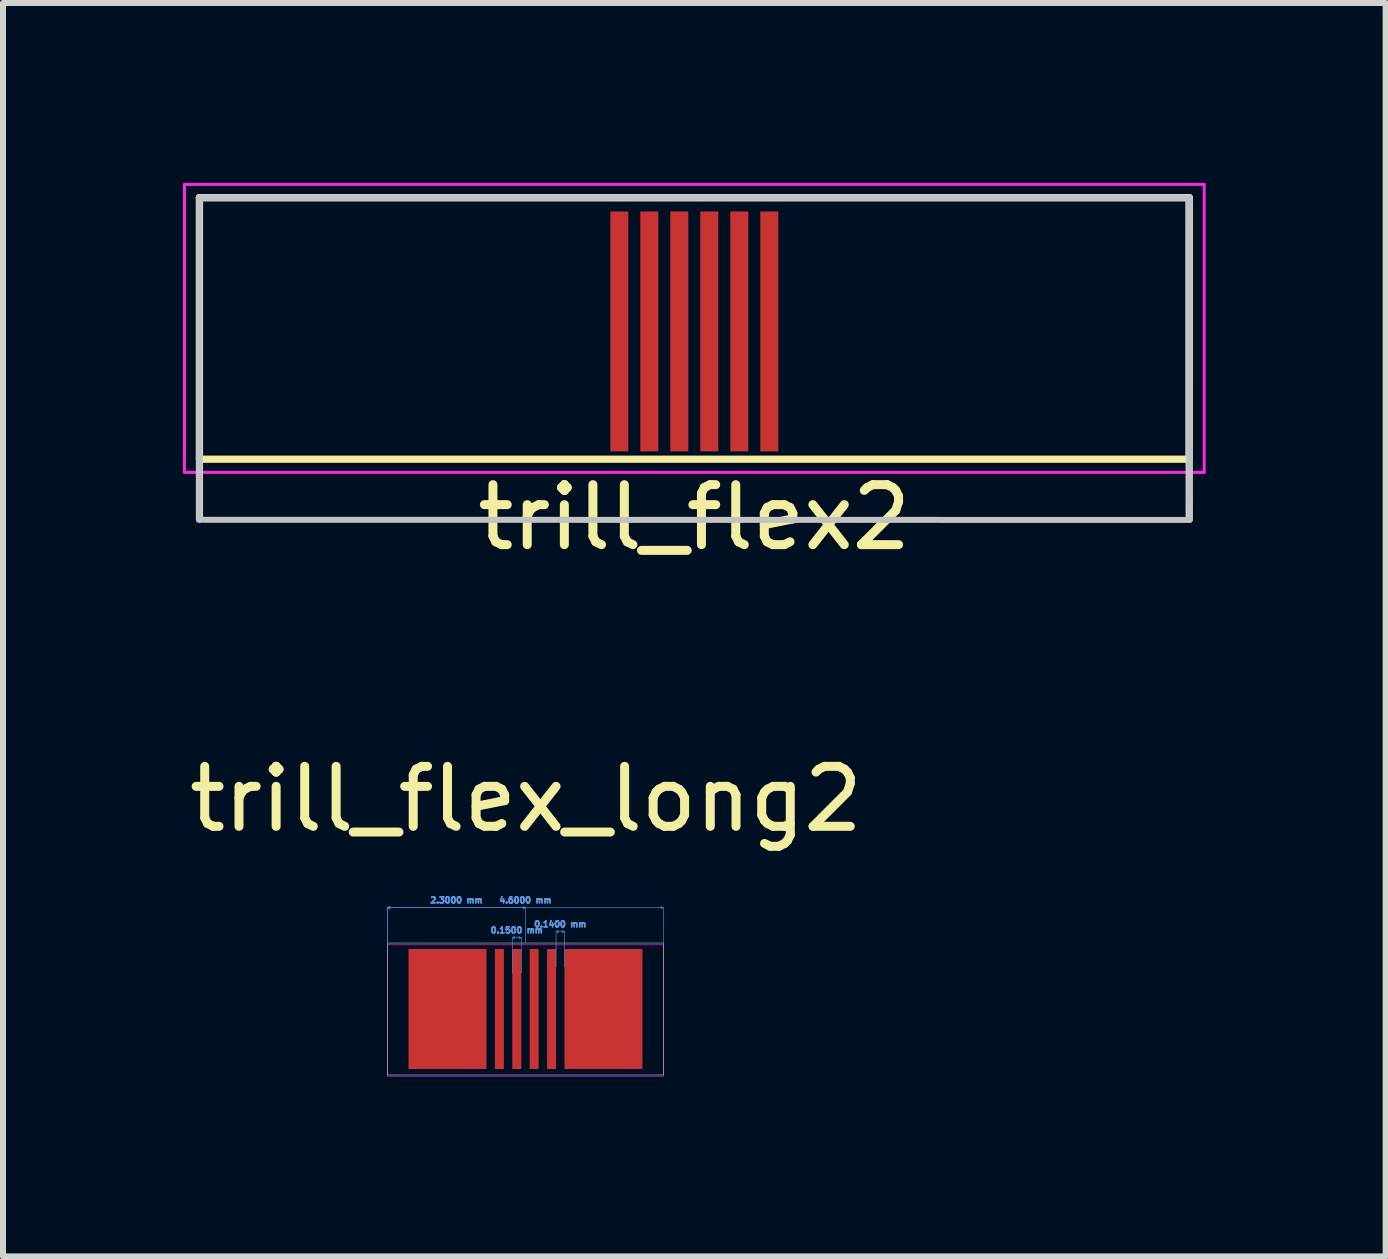
<source format=kicad_pcb>
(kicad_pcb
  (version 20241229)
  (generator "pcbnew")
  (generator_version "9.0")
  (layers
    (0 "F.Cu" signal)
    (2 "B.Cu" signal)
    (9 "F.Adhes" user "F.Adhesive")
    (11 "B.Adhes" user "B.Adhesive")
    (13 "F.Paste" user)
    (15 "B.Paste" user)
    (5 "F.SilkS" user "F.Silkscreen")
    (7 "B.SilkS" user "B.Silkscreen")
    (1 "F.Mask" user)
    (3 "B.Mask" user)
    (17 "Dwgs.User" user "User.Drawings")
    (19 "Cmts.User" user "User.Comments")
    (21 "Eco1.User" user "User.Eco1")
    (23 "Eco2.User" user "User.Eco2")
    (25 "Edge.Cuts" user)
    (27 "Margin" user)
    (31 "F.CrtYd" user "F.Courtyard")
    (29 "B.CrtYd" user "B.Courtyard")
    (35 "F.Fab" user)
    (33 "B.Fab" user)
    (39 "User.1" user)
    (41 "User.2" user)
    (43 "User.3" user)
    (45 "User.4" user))
  (footprint "trill_flex_long2"
    (layer "F.Cu")
    (at 5.71 13.771)
    (property "Reference" "trill_flex_long2" (at 0.01 -3.5 0) (layer "F.SilkS") (effects (font (size 1 1) (thickness 0.15))))
    (attr smd allow_soldermask_bridges)
    (fp_poly (pts (xy 2.3 1.1) (xy -2.3 1.1) (xy -2.3 -1.1) (xy 2.3 -1.1)) (stroke (width 0.01) (type solid)) (fill no) (layer "Dwgs.User"))
    (fp_line (start -2.3 1.12) (end -2.3 -1.1) (stroke (width 0.01) (type solid)) (layer "Margin"))
    (fp_line (start -2.3 1.12) (end 2.3 1.12) (stroke (width 0.01) (type solid)) (layer "Margin"))
    (fp_line (start 2.3 1.12) (end 2.3 -1.1) (stroke (width 0.01) (type solid)) (layer "Margin"))
    (fp_line (start -2.3 -1.07) (end -2.3 1.12) (stroke (width 0.01) (type solid)) (layer "F.CrtYd"))
    (fp_line (start -2.3 -1.07) (end 2.3 -1.07) (stroke (width 0.01) (type solid)) (layer "F.CrtYd"))
    (fp_line (start -2.3 1.12) (end 2.3 1.12) (stroke (width 0.01) (type solid)) (layer "F.CrtYd"))
    (fp_line (start 2.3 -1.07) (end 2.3 1.12) (stroke (width 0.01) (type solid)) (layer "F.CrtYd"))
    (dimension (type aligned) (layer "Cmts.User") (pts (xy 5.71 12.082) (xy 3.41 12.082)) (height 0) (format (prefix "") (suffix "") (units 3) (units_format 1) (precision 4)) (style (thickness 0.01) (arrow_length 0.05) (text_position_mode 0) (arrow_direction outward) (extension_height 0.586) (extension_offset 0.01) (keep_text_aligned yes)) (gr_text "2.3000 mm" (at 4.56 11.957 0) (layer "Cmts.User") (effects (font (size 0.1 0.1) (thickness 0.1) (bold yes)))))
    (dimension (type aligned) (layer "Cmts.User") (pts (xy 6.36 12.482) (xy 6.22 12.482)) (height 0) (format (prefix "") (suffix "") (units 3) (units_format 1) (precision 4)) (style (thickness 0.01) (arrow_length 0.05) (text_position_mode 0) (arrow_direction outward) (extension_height 0.586) (extension_offset 0.01) (keep_text_aligned yes)) (gr_text "0.1400 mm" (at 6.29 12.357 0) (layer "Cmts.User") (effects (font (size 0.1 0.1) (thickness 0.1) (bold yes)))))
    (dimension (type aligned) (layer "Cmts.User") (pts (xy 8.01 12.082) (xy 3.41 12.082)) (height 0) (format (prefix "") (suffix "") (units 3) (units_format 1) (precision 4)) (style (thickness 0.01) (arrow_length 0.05) (text_position_mode 0) (arrow_direction outward) (extension_height 0.586) (extension_offset 0.01) (keep_text_aligned yes)) (gr_text "4.6000 mm" (at 5.71 11.957 0) (layer "Cmts.User") (effects (font (size 0.1 0.1) (thickness 0.1) (bold yes)))))
    (dimension (type aligned) (layer "Cmts.User") (pts (xy 5.64 12.582) (xy 5.49 12.582)) (height 0) (format (prefix "") (suffix "") (units 3) (units_format 1) (precision 4)) (style (thickness 0.01) (arrow_length 0.05) (text_position_mode 0) (arrow_direction outward) (extension_height 0.586) (extension_offset 0.01) (keep_text_aligned yes)) (gr_text "0.1500 mm" (at 5.565 12.457 0) (layer "Cmts.User") (effects (font (size 0.1 0.1) (thickness 0.1) (bold yes)))))
    (pad "" smd rect (at -1.3 0.45) (size 1.3 1.1) (layers "F.Mask" "F.Paste"))
    (pad "" smd rect (at -0.435 0.45) (size 0.15 1.1) (layers "F.Mask" "F.Paste"))
    (pad "" smd rect (at -0.145 0.45) (size 0.15 1.1) (layers "F.Mask" "F.Paste"))
    (pad "" smd rect (at 0.145 0.45) (size 0.15 1.1) (layers "F.Mask" "F.Paste"))
    (pad "" smd rect (at 0.435 0.45) (size 0.15 1.1) (layers "F.Mask" "F.Paste"))
    (pad "" smd rect (at 1.3 0.45) (size 1.3 1.1) (layers "F.Mask" "F.Paste"))
    (pad "1" smd rect (at -1.3 0) (size 1.3 2) (layers "F.Cu"))
    (pad "2" smd rect (at -0.435 0) (size 0.15 2) (layers "F.Cu"))
    (pad "3" smd rect (at -0.145 0) (size 0.15 2) (layers "F.Cu"))
    (pad "4" smd rect (at 0.145 0) (size 0.15 2) (layers "F.Cu"))
    (pad "5" smd rect (at 0.435 0) (size 0.15 2) (layers "F.Cu"))
    (pad "6" smd rect (at 1.3 0) (size 1.3 2) (layers "F.Cu")))
  (footprint "trill_flex2"
    (layer "F.Cu")
    (at 8.525 2.425)
    (property "Reference" "trill_flex2" (at 0 3.15 0) (layer "F.SilkS") (effects (font (size 1 1) (thickness 0.15))))
    (attr smd)
    (fp_line (start -8.25 -2.18) (end 8.25 -2.18) (stroke (width 0.12) (type solid)) (layer "F.SilkS"))
    (fp_line (start -8.25 2.18) (end -8.25 -2.18) (stroke (width 0.12) (type solid)) (layer "F.SilkS"))
    (fp_line (start -8.25 2.18) (end 8.25 2.18) (stroke (width 0.12) (type solid)) (layer "F.SilkS"))
    (fp_line (start 8.25 2.18) (end 8.25 -2.18) (stroke (width 0.12) (type solid)) (layer "F.SilkS"))
    (fp_poly (pts (xy 8.26 3.193) (xy -8.255 3.19) (xy -8.255 -2.18) (xy 8.25 -2.177)) (stroke (width 0.1) (type solid)) (fill no) (layer "Dwgs.User"))
    (fp_line (start -8.25 -2.18) (end 8.25 -2.18) (stroke (width 0.12) (type solid)) (layer "Edge.Cuts"))
    (fp_line (start -8.25 3.18) (end -8.25 -2.18) (stroke (width 0.12) (type solid)) (layer "Edge.Cuts"))
    (fp_line (start 8.25 3.18) (end 8.25 -2.18) (stroke (width 0.12) (type solid)) (layer "Edge.Cuts"))
    (fp_line (start -8.5 -2.4) (end -8.5 2.4) (stroke (width 0.05) (type solid)) (layer "F.CrtYd"))
    (fp_line (start -8.5 -2.4) (end 8.5 -2.4) (stroke (width 0.05) (type solid)) (layer "F.CrtYd"))
    (fp_line (start -8.5 2.4) (end 8.5 2.4) (stroke (width 0.05) (type solid)) (layer "F.CrtYd"))
    (fp_line (start 8.5 -2.4) (end 8.5 2.4) (stroke (width 0.05) (type solid)) (layer "F.CrtYd"))
    (pad "1" smd rect (at -1.25 0.05) (size 0.3 4) (layers "F.Cu" "F.Mask" "F.Paste"))
    (pad "2" smd rect (at -0.75 0.05) (size 0.3 4) (layers "F.Cu" "F.Mask" "F.Paste"))
    (pad "3" smd rect (at -0.25 0.05) (size 0.3 4) (layers "F.Cu" "F.Mask" "F.Paste"))
    (pad "4" smd rect (at 0.25 0.05) (size 0.3 4) (layers "F.Cu" "F.Mask" "F.Paste"))
    (pad "5" smd rect (at 0.75 0.05) (size 0.3 4) (layers "F.Cu" "F.Mask" "F.Paste"))
    (pad "6" smd rect (at 1.25 0.05) (size 0.3 4) (layers "F.Cu" "F.Mask" "F.Paste")))
  (gr_rect
    (start -3 -3)
    (end 20.05 17.896)
    (stroke (width 0.1) (type default))
    (fill no)
    (layer "Edge.Cuts")))
</source>
